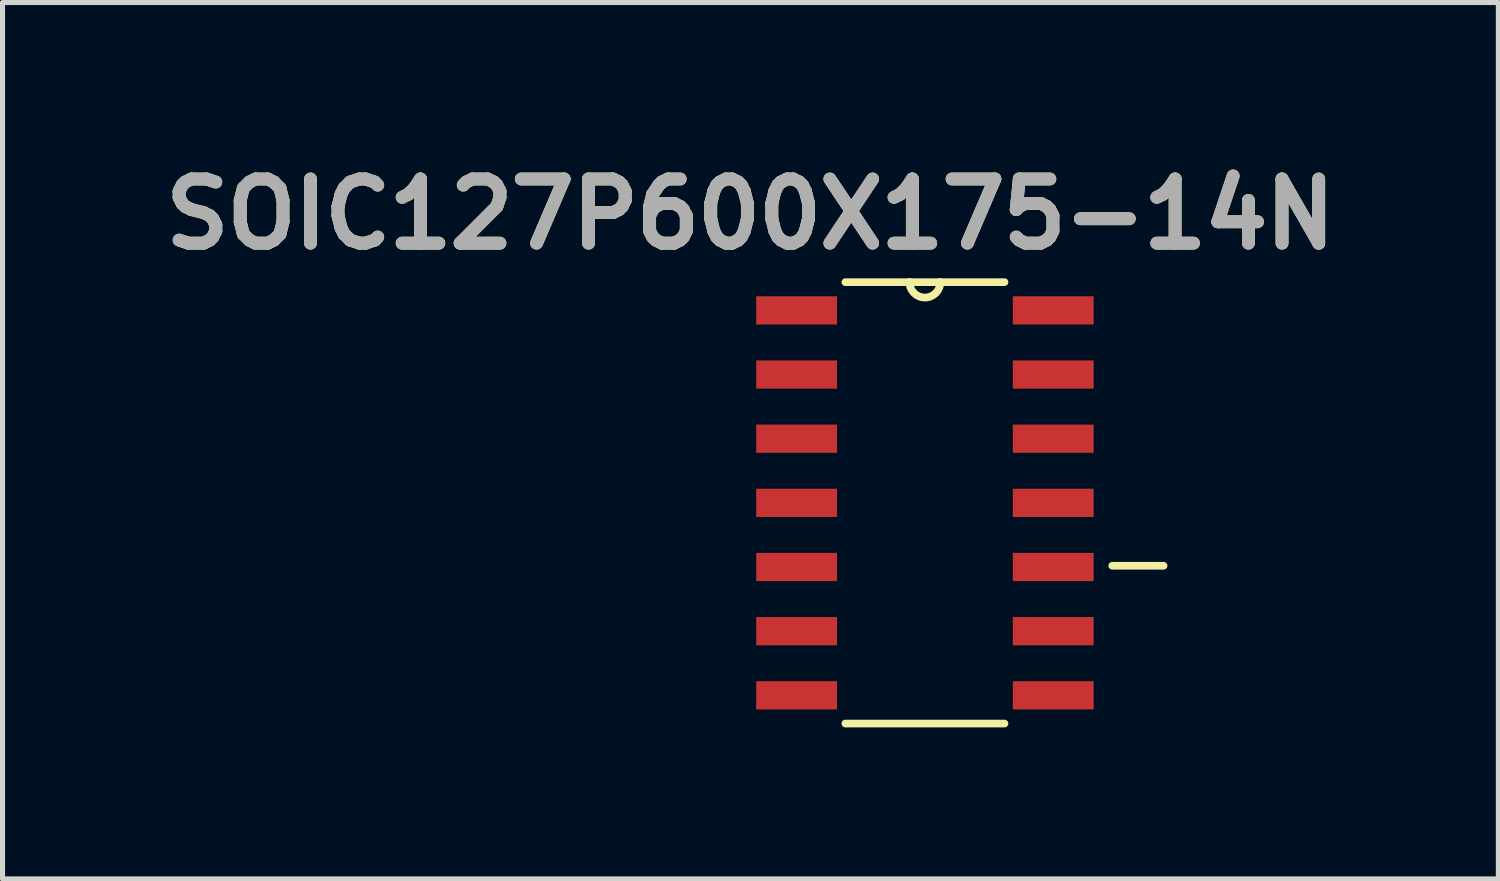
<source format=kicad_pcb>
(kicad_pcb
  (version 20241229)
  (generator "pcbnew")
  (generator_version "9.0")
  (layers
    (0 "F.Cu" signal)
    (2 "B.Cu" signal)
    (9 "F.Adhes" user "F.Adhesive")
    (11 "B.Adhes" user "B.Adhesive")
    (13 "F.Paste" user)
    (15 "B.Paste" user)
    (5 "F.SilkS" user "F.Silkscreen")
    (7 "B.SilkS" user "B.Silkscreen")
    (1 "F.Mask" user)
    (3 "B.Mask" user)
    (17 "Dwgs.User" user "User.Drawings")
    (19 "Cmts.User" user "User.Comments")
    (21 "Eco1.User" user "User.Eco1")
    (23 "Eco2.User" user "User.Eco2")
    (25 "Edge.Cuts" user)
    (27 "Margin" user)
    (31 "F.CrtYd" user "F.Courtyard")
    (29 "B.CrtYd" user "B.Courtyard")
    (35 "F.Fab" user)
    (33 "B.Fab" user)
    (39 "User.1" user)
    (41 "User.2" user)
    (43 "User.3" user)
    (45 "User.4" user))
  (footprint "SOIC127P600X175-14N"
    (layer "F.Cu")
    (at 15.259 6.904)
    (property "Reference" "SOIC127P600X175-14N" (at -3.454 -5.715 0) (layer "F.SilkS") (effects (font (size 1.27 1.27) (thickness 0.254))))
    (attr smd)
    (fp_line (start -1.575 4.369) (end 1.575 4.369) (stroke (width 0.152) (type solid)) (layer "F.SilkS"))
    (fp_line (start -0.305 -4.369) (end -1.575 -4.369) (stroke (width 0.152) (type solid)) (layer "F.SilkS"))
    (fp_line (start 0.305 -4.369) (end -0.305 -4.369) (stroke (width 0.152) (type solid)) (layer "F.SilkS"))
    (fp_line (start 1.575 -4.369) (end 0.305 -4.369) (stroke (width 0.152) (type solid)) (layer "F.SilkS"))
    (fp_line (start 3.708 1.245) (end 4.724 1.245) (stroke (width 0.152) (type solid)) (layer "F.SilkS"))
    (fp_arc (start 0.3048 -4.3688) (mid 0 -4.064) (end -0.3048 -4.3688) (stroke (width 0.1524) (type solid)) (layer "F.SilkS"))
    (fp_text user "${REFERENCE}" (at -3.454 -5.715 0) (layer "F.Fab") (effects (font (size 1.27 1.27) (thickness 0.254))))
    (pad "1" smd rect (at -2.54 -3.81 90) (size 0.559 1.6) (layers "F.Cu" "F.Mask" "F.Paste"))
    (pad "2" smd rect (at -2.54 -2.54 90) (size 0.559 1.6) (layers "F.Cu" "F.Mask" "F.Paste"))
    (pad "3" smd rect (at -2.54 -1.27 90) (size 0.559 1.6) (layers "F.Cu" "F.Mask" "F.Paste"))
    (pad "4" smd rect (at -2.54 0 90) (size 0.559 1.6) (layers "F.Cu" "F.Mask" "F.Paste"))
    (pad "5" smd rect (at -2.54 1.27 90) (size 0.559 1.6) (layers "F.Cu" "F.Mask" "F.Paste"))
    (pad "6" smd rect (at -2.54 2.54 90) (size 0.559 1.6) (layers "F.Cu" "F.Mask" "F.Paste"))
    (pad "7" smd rect (at -2.54 3.81 90) (size 0.559 1.6) (layers "F.Cu" "F.Mask" "F.Paste"))
    (pad "8" smd rect (at 2.54 3.81 90) (size 0.559 1.6) (layers "F.Cu" "F.Mask" "F.Paste"))
    (pad "9" smd rect (at 2.54 2.54 90) (size 0.559 1.6) (layers "F.Cu" "F.Mask" "F.Paste"))
    (pad "10" smd rect (at 2.54 1.27 90) (size 0.559 1.6) (layers "F.Cu" "F.Mask" "F.Paste"))
    (pad "11" smd rect (at 2.54 0 90) (size 0.559 1.6) (layers "F.Cu" "F.Mask" "F.Paste"))
    (pad "12" smd rect (at 2.54 -1.27 90) (size 0.559 1.6) (layers "F.Cu" "F.Mask" "F.Paste"))
    (pad "13" smd rect (at 2.54 -2.54 90) (size 0.559 1.6) (layers "F.Cu" "F.Mask" "F.Paste"))
    (pad "14" smd rect (at 2.54 -3.81 90) (size 0.559 1.6) (layers "F.Cu" "F.Mask" "F.Paste")))
  (gr_rect
    (start -3 -3)
    (end 26.61 14.349)
    (stroke (width 0.1) (type default))
    (fill no)
    (layer "Edge.Cuts")))
</source>
